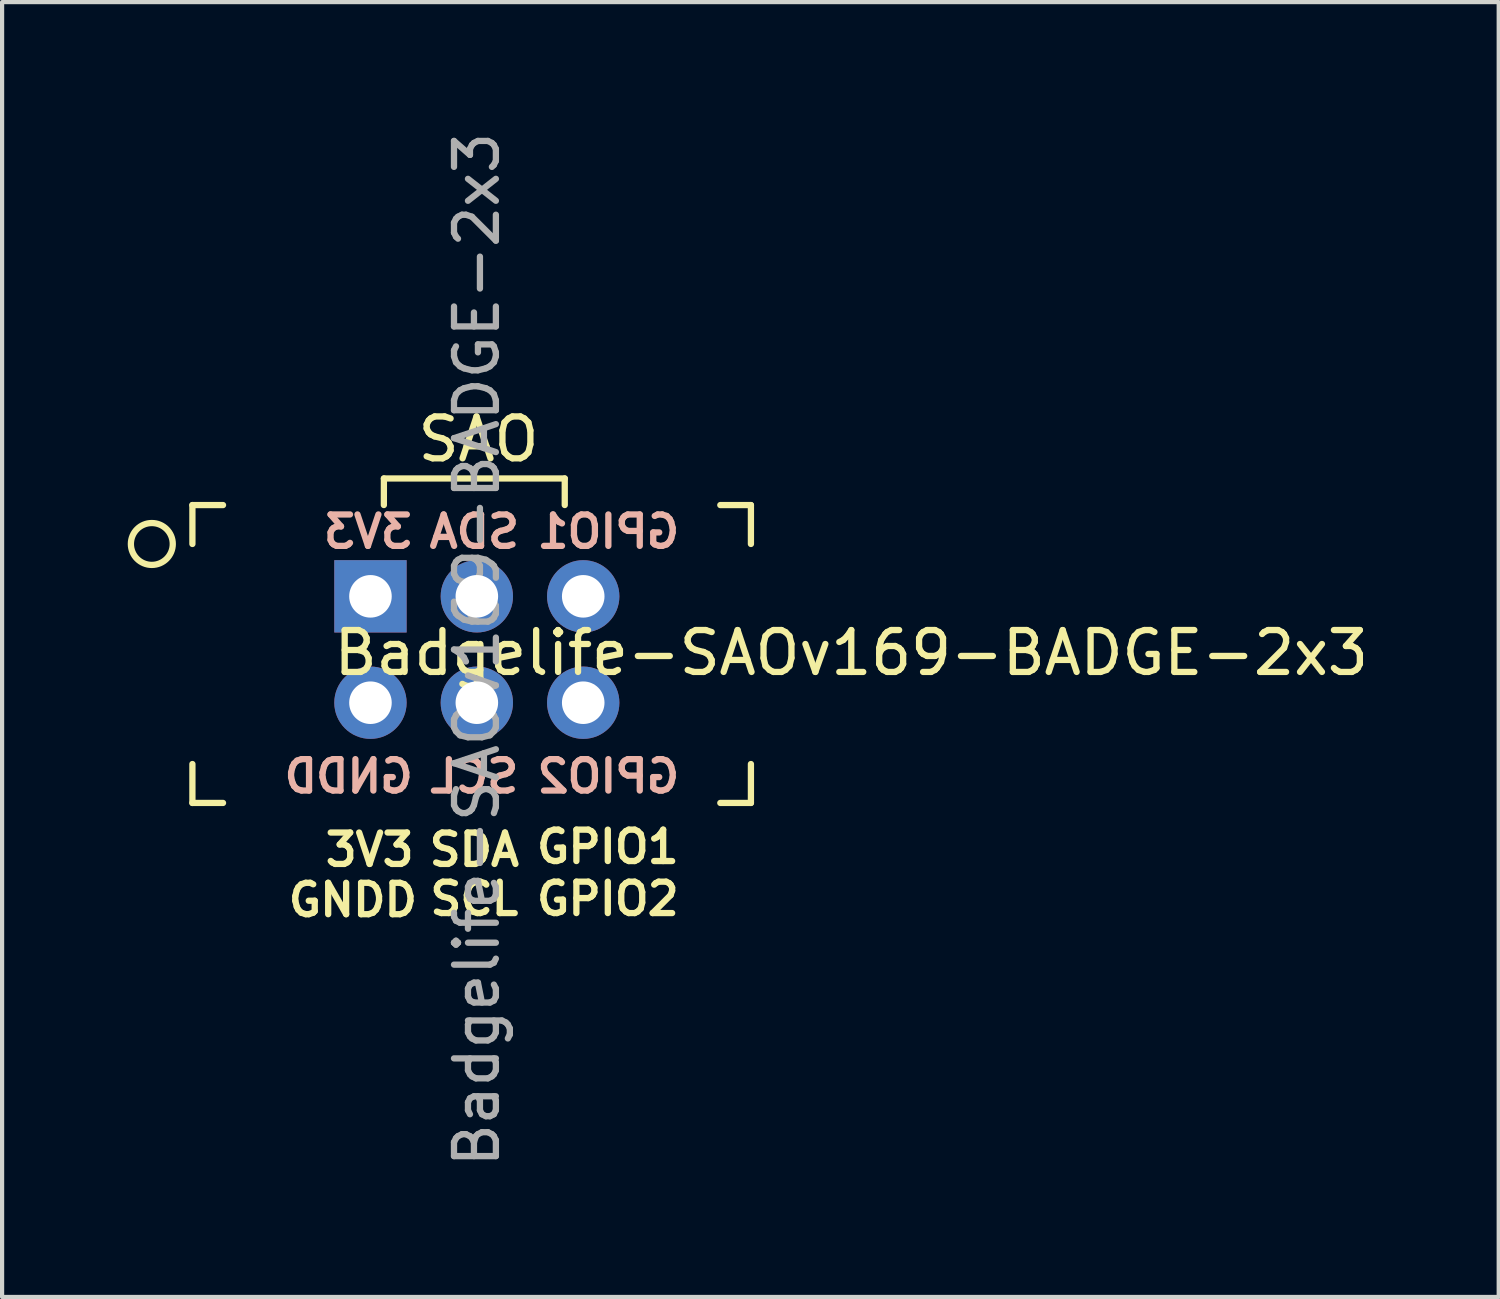
<source format=kicad_pcb>
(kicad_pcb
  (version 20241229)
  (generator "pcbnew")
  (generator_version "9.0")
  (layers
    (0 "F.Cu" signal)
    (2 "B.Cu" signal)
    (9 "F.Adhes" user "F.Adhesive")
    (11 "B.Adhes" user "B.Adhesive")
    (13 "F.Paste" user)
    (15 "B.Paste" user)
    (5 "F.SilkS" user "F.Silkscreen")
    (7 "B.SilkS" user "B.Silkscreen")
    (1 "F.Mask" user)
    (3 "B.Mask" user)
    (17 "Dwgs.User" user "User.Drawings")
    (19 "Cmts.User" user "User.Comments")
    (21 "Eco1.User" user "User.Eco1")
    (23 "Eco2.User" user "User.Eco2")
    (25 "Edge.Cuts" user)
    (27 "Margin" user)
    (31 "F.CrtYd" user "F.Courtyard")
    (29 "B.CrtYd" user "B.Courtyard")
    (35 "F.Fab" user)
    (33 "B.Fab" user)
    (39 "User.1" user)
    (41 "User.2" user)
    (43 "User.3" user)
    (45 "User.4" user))
  (footprint "Badgelife-SAOv169-BADGE-2x3"
    (layer "F.Cu")
    (at 8.275 12.438)
    (property "Reference" "Badgelife-SAOv169-BADGE-2x3" (at 9 0.1 0) (layer "F.SilkS") (effects (font (size 1 1) (thickness 0.15))))
    (attr through_hole)
    (fp_line (start -6.731 -3.429) (end -6 -3.429) (stroke (width 0.15) (type solid)) (layer "F.SilkS"))
    (fp_line (start -6.731 -2.5) (end -6.731 -3.429) (stroke (width 0.15) (type solid)) (layer "F.SilkS"))
    (fp_line (start -6.731 3.683) (end -6.731 2.754) (stroke (width 0.15) (type solid)) (layer "F.SilkS"))
    (fp_line (start -6 3.683) (end -6.731 3.683) (stroke (width 0.15) (type solid)) (layer "F.SilkS"))
    (fp_line (start -2.16 -3.43) (end -2.159 -4.064) (stroke (width 0.15) (type solid)) (layer "F.SilkS"))
    (fp_line (start -2.159 -4.064) (end 2.159 -4.064) (stroke (width 0.15) (type solid)) (layer "F.SilkS"))
    (fp_line (start 2.159 -4.064) (end 2.159 -3.43) (stroke (width 0.15) (type solid)) (layer "F.SilkS"))
    (fp_line (start 6.604 -3.429) (end 5.873 -3.429) (stroke (width 0.15) (type solid)) (layer "F.SilkS"))
    (fp_line (start 6.604 -2.5) (end 6.604 -3.429) (stroke (width 0.15) (type solid)) (layer "F.SilkS"))
    (fp_line (start 6.604 3.683) (end 5.873 3.683) (stroke (width 0.15) (type solid)) (layer "F.SilkS"))
    (fp_line (start 6.604 3.683) (end 6.604 2.754) (stroke (width 0.15) (type solid)) (layer "F.SilkS"))
    (fp_circle (center -7.7 -2.5) (end -7.2 -2.5) (stroke (width 0.15) (type solid)) (fill no) (layer "F.SilkS"))
    (fp_text user "GPIO2" (at 3.187 5.973 0) (layer "F.SilkS") (effects (font (size 0.75 0.75) (thickness 0.15))))
    (fp_text user "SAO" (at 0.1 -5 0) (layer "F.SilkS") (effects (font (size 1 1) (thickness 0.15))))
    (fp_text user "GNDD" (at -2.9 6 0) (layer "F.SilkS") (effects (font (size 0.75 0.75) (thickness 0.15))))
    (fp_text user "3V3" (at -2.5 4.8 0) (layer "F.SilkS") (effects (font (size 0.75 0.75) (thickness 0.15))))
    (fp_text user "SCL" (at 0 5.973 0) (layer "F.SilkS") (effects (font (size 0.75 0.75) (thickness 0.15))))
    (fp_text user "GPIO1" (at 3.187 4.731 0) (layer "F.SilkS") (effects (font (size 0.75 0.75) (thickness 0.15))))
    (fp_text user "SDA" (at 0 4.8 0) (layer "F.SilkS") (effects (font (size 0.75 0.75) (thickness 0.15))))
    (fp_text user "GPIO2" (at 3.2 3.048 0) (layer "B.SilkS") (effects (font (size 0.75 0.75) (thickness 0.15)) (justify mirror)))
    (fp_text user "GNDD" (at -3 3.048 0) (layer "B.SilkS") (effects (font (size 0.75 0.75) (thickness 0.15)) (justify mirror)))
    (fp_text user "GPIO1" (at 3.2 -2.794 0) (layer "B.SilkS") (effects (font (size 0.75 0.75) (thickness 0.15)) (justify mirror)))
    (fp_text user "3V3" (at -2.54 -2.794 0) (layer "B.SilkS") (effects (font (size 0.75 0.75) (thickness 0.15)) (justify mirror)))
    (fp_text user "SCL" (at 0 3.048 0) (layer "B.SilkS") (effects (font (size 0.75 0.75) (thickness 0.15)) (justify mirror)))
    (fp_text user "SDA" (at 0 -2.794 0) (layer "B.SilkS") (effects (font (size 0.75 0.75) (thickness 0.15)) (justify mirror)))
    (fp_text user "${REFERENCE}" (at 0.06 0.02 270) (layer "F.Fab") (effects (font (size 1 1) (thickness 0.15))))
    (pad "1" thru_hole rect (at -2.48 -1.25 270) (size 1.727 1.727) (drill 1.016) (layers "*.Cu" "*.Mask"))
    (pad "2" thru_hole circle (at -2.48 1.29 270) (size 1.727 1.727) (drill 1.016) (layers "*.Cu" "*.Mask"))
    (pad "3" thru_hole oval (at 0.06 -1.25 270) (size 1.727 1.727) (drill 1.016) (layers "*.Cu" "*.Mask"))
    (pad "4" thru_hole oval (at 0.06 1.29 270) (size 1.727 1.727) (drill 1.016) (layers "*.Cu" "*.Mask"))
    (pad "5" thru_hole circle (at 2.6 -1.25 270) (size 1.727 1.727) (drill 1.016) (layers "*.Cu" "*.Mask"))
    (pad "6" thru_hole circle (at 2.6 1.29 270) (size 1.727 1.727) (drill 1.016) (layers "*.Cu" "*.Mask")))
  (gr_rect
    (start -3 -3)
    (end 32.733 27.917)
    (stroke (width 0.1) (type default))
    (fill no)
    (layer "Edge.Cuts")))
</source>
